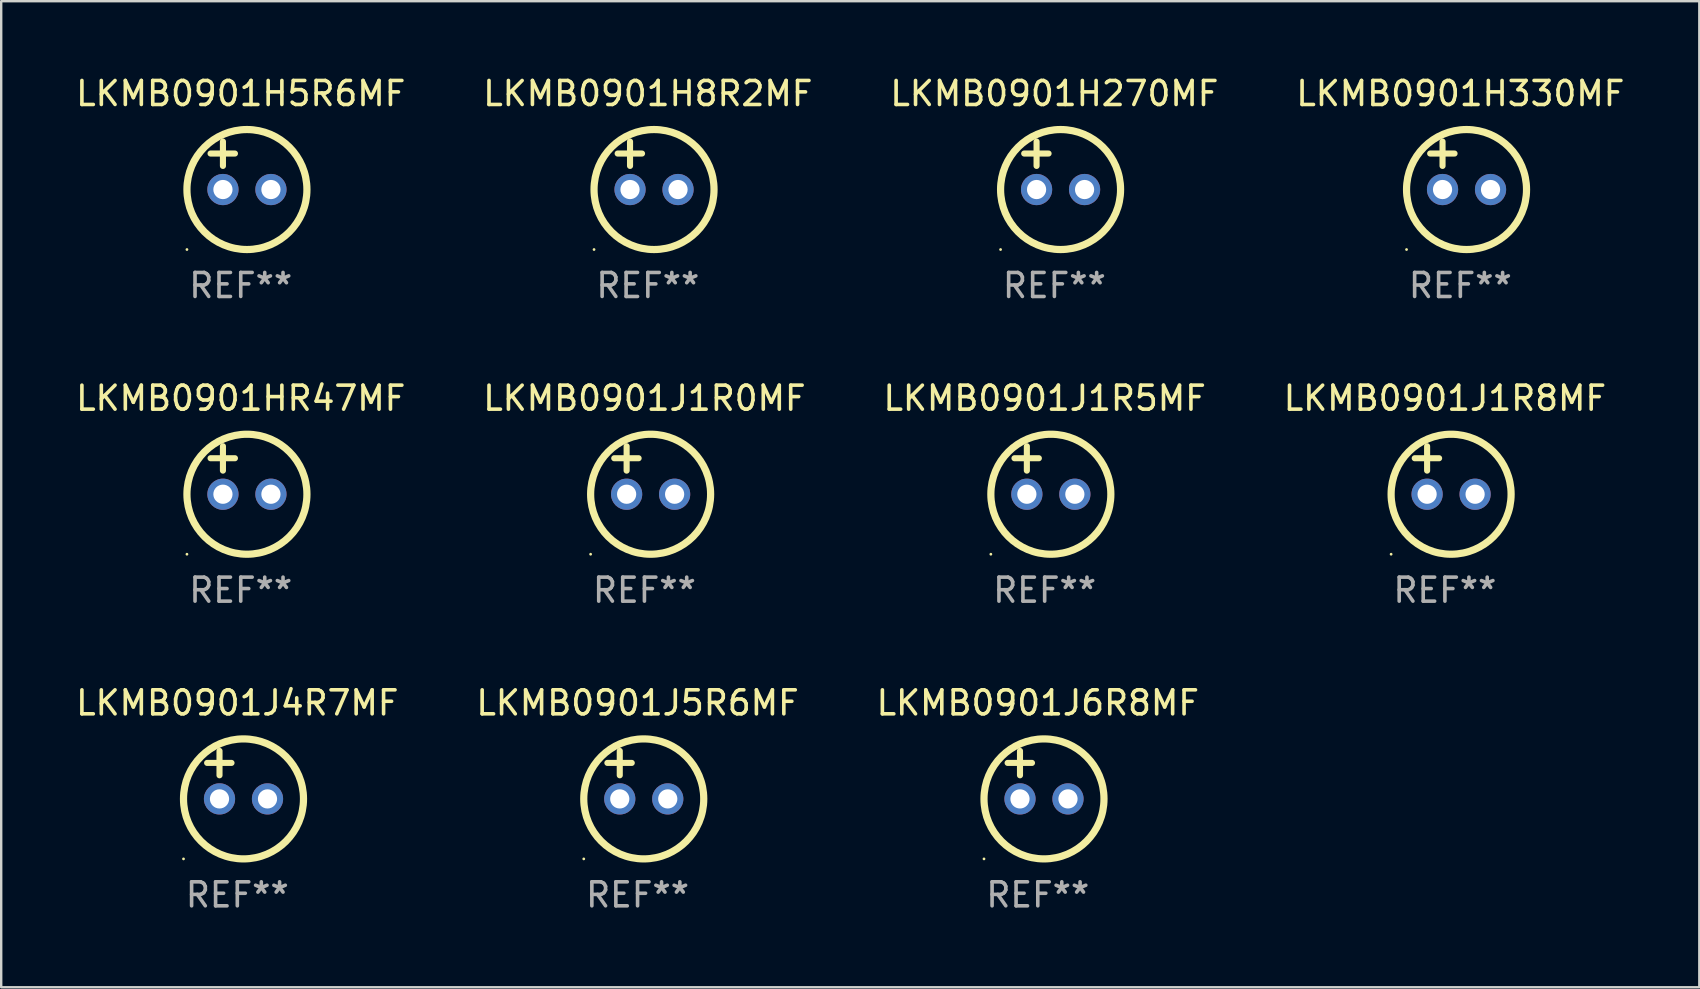
<source format=kicad_pcb>
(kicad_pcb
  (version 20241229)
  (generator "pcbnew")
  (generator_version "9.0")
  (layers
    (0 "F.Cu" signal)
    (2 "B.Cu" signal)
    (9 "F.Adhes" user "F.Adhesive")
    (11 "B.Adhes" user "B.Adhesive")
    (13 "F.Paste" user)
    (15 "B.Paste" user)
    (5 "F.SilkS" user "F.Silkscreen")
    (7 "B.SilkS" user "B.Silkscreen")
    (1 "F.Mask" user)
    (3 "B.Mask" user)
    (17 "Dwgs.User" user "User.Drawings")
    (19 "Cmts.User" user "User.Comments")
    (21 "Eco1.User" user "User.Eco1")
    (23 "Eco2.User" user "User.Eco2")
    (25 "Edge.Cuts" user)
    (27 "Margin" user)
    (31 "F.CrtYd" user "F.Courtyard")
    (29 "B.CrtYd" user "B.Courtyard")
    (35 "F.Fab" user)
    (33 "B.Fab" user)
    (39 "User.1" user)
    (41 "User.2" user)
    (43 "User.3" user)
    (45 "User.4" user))
  (footprint "LKMB0901H270MF"
    (layer "F.Cu")
    (at 40.887 3.848)
    (property "Reference" "LKMB0901H270MF" (at 0 -3 0) (layer "F.SilkS") (effects (font (size 1 1) (thickness 0.15))))
    (attr through_hole)
    (fp_line (start -1.258 -0.5) (end -0.242 -0.5) (stroke (width 0.254) (type solid)) (layer "F.SilkS"))
    (fp_line (start -0.742 -1) (end -0.742 0.016) (stroke (width 0.254) (type solid)) (layer "F.SilkS"))
    (fp_circle (center -2.242 3.5) (end -2.212 3.5) (stroke (width 0.06) (type solid)) (fill no) (layer "F.SilkS"))
    (fp_circle (center 0.258 1) (end 2.758 1) (stroke (width 0.3) (type solid)) (fill no) (layer "F.SilkS"))
    (fp_text user "REF**" (at 0 5 0) (layer "F.Fab") (effects (font (size 1 1) (thickness 0.15))))
    (pad "1" thru_hole circle (at -0.742 1) (size 1.3 1.3) (drill 0.8) (layers "*.Cu" "*.Mask"))
    (pad "2" thru_hole circle (at 1.258 1) (size 1.3 1.3) (drill 0.8) (layers "*.Cu" "*.Mask")))
  (footprint "LKMB0901HR47MF"
    (layer "F.Cu")
    (at 6.982 16.545)
    (property "Reference" "LKMB0901HR47MF" (at 0 -3 0) (layer "F.SilkS") (effects (font (size 1 1) (thickness 0.15))))
    (attr through_hole)
    (fp_line (start -1.258 -0.5) (end -0.242 -0.5) (stroke (width 0.254) (type solid)) (layer "F.SilkS"))
    (fp_line (start -0.742 -1) (end -0.742 0.016) (stroke (width 0.254) (type solid)) (layer "F.SilkS"))
    (fp_circle (center -2.242 3.5) (end -2.212 3.5) (stroke (width 0.06) (type solid)) (fill no) (layer "F.SilkS"))
    (fp_circle (center 0.258 1) (end 2.758 1) (stroke (width 0.3) (type solid)) (fill no) (layer "F.SilkS"))
    (fp_text user "REF**" (at 0 5 0) (layer "F.Fab") (effects (font (size 1 1) (thickness 0.15))))
    (pad "1" thru_hole circle (at -0.742 1) (size 1.3 1.3) (drill 0.8) (layers "*.Cu" "*.Mask"))
    (pad "2" thru_hole circle (at 1.258 1) (size 1.3 1.3) (drill 0.8) (layers "*.Cu" "*.Mask")))
  (footprint "LKMB0901J1R8MF"
    (layer "F.Cu")
    (at 57.161 16.545)
    (property "Reference" "LKMB0901J1R8MF" (at 0 -3 0) (layer "F.SilkS") (effects (font (size 1 1) (thickness 0.15))))
    (attr through_hole)
    (fp_line (start -1.258 -0.5) (end -0.242 -0.5) (stroke (width 0.254) (type solid)) (layer "F.SilkS"))
    (fp_line (start -0.742 -1) (end -0.742 0.016) (stroke (width 0.254) (type solid)) (layer "F.SilkS"))
    (fp_circle (center -2.242 3.5) (end -2.212 3.5) (stroke (width 0.06) (type solid)) (fill no) (layer "F.SilkS"))
    (fp_circle (center 0.258 1) (end 2.758 1) (stroke (width 0.3) (type solid)) (fill no) (layer "F.SilkS"))
    (fp_text user "REF**" (at 0 5 0) (layer "F.Fab") (effects (font (size 1 1) (thickness 0.15))))
    (pad "1" thru_hole circle (at -0.742 1) (size 1.3 1.3) (drill 0.8) (layers "*.Cu" "*.Mask"))
    (pad "2" thru_hole circle (at 1.258 1) (size 1.3 1.3) (drill 0.8) (layers "*.Cu" "*.Mask")))
  (footprint "LKMB0901H5R6MF"
    (layer "F.Cu")
    (at 6.982 3.848)
    (property "Reference" "LKMB0901H5R6MF" (at 0 -3 0) (layer "F.SilkS") (effects (font (size 1 1) (thickness 0.15))))
    (attr through_hole)
    (fp_line (start -1.258 -0.5) (end -0.242 -0.5) (stroke (width 0.254) (type solid)) (layer "F.SilkS"))
    (fp_line (start -0.742 -1) (end -0.742 0.016) (stroke (width 0.254) (type solid)) (layer "F.SilkS"))
    (fp_circle (center -2.242 3.5) (end -2.212 3.5) (stroke (width 0.06) (type solid)) (fill no) (layer "F.SilkS"))
    (fp_circle (center 0.258 1) (end 2.758 1) (stroke (width 0.3) (type solid)) (fill no) (layer "F.SilkS"))
    (fp_text user "REF**" (at 0 5 0) (layer "F.Fab") (effects (font (size 1 1) (thickness 0.15))))
    (pad "1" thru_hole circle (at -0.742 1) (size 1.3 1.3) (drill 0.8) (layers "*.Cu" "*.Mask"))
    (pad "2" thru_hole circle (at 1.258 1) (size 1.3 1.3) (drill 0.8) (layers "*.Cu" "*.Mask")))
  (footprint "LKMB0901H330MF"
    (layer "F.Cu")
    (at 57.804 3.848)
    (property "Reference" "LKMB0901H330MF" (at 0 -3 0) (layer "F.SilkS") (effects (font (size 1 1) (thickness 0.15))))
    (attr through_hole)
    (fp_line (start -1.258 -0.5) (end -0.242 -0.5) (stroke (width 0.254) (type solid)) (layer "F.SilkS"))
    (fp_line (start -0.742 -1) (end -0.742 0.016) (stroke (width 0.254) (type solid)) (layer "F.SilkS"))
    (fp_circle (center -2.242 3.5) (end -2.212 3.5) (stroke (width 0.06) (type solid)) (fill no) (layer "F.SilkS"))
    (fp_circle (center 0.258 1) (end 2.758 1) (stroke (width 0.3) (type solid)) (fill no) (layer "F.SilkS"))
    (fp_text user "REF**" (at 0 5 0) (layer "F.Fab") (effects (font (size 1 1) (thickness 0.15))))
    (pad "1" thru_hole circle (at -0.742 1) (size 1.3 1.3) (drill 0.8) (layers "*.Cu" "*.Mask"))
    (pad "2" thru_hole circle (at 1.258 1) (size 1.3 1.3) (drill 0.8) (layers "*.Cu" "*.Mask")))
  (footprint "LKMB0901J6R8MF"
    (layer "F.Cu")
    (at 40.196 29.241)
    (property "Reference" "LKMB0901J6R8MF" (at 0 -3 0) (layer "F.SilkS") (effects (font (size 1 1) (thickness 0.15))))
    (attr through_hole)
    (fp_line (start -1.258 -0.5) (end -0.242 -0.5) (stroke (width 0.254) (type solid)) (layer "F.SilkS"))
    (fp_line (start -0.742 -1) (end -0.742 0.016) (stroke (width 0.254) (type solid)) (layer "F.SilkS"))
    (fp_circle (center -2.242 3.5) (end -2.212 3.5) (stroke (width 0.06) (type solid)) (fill no) (layer "F.SilkS"))
    (fp_circle (center 0.258 1) (end 2.758 1) (stroke (width 0.3) (type solid)) (fill no) (layer "F.SilkS"))
    (fp_text user "REF**" (at 0 5 0) (layer "F.Fab") (effects (font (size 1 1) (thickness 0.15))))
    (pad "1" thru_hole circle (at -0.742 1) (size 1.3 1.3) (drill 0.8) (layers "*.Cu" "*.Mask"))
    (pad "2" thru_hole circle (at 1.258 1) (size 1.3 1.3) (drill 0.8) (layers "*.Cu" "*.Mask")))
  (footprint "LKMB0901H8R2MF"
    (layer "F.Cu")
    (at 23.946 3.848)
    (property "Reference" "LKMB0901H8R2MF" (at 0 -3 0) (layer "F.SilkS") (effects (font (size 1 1) (thickness 0.15))))
    (attr through_hole)
    (fp_line (start -1.258 -0.5) (end -0.242 -0.5) (stroke (width 0.254) (type solid)) (layer "F.SilkS"))
    (fp_line (start -0.742 -1) (end -0.742 0.016) (stroke (width 0.254) (type solid)) (layer "F.SilkS"))
    (fp_circle (center -2.242 3.5) (end -2.212 3.5) (stroke (width 0.06) (type solid)) (fill no) (layer "F.SilkS"))
    (fp_circle (center 0.258 1) (end 2.758 1) (stroke (width 0.3) (type solid)) (fill no) (layer "F.SilkS"))
    (fp_text user "REF**" (at 0 5 0) (layer "F.Fab") (effects (font (size 1 1) (thickness 0.15))))
    (pad "1" thru_hole circle (at -0.742 1) (size 1.3 1.3) (drill 0.8) (layers "*.Cu" "*.Mask"))
    (pad "2" thru_hole circle (at 1.258 1) (size 1.3 1.3) (drill 0.8) (layers "*.Cu" "*.Mask")))
  (footprint "LKMB0901J1R0MF"
    (layer "F.Cu")
    (at 23.804 16.545)
    (property "Reference" "LKMB0901J1R0MF" (at 0 -3 0) (layer "F.SilkS") (effects (font (size 1 1) (thickness 0.15))))
    (attr through_hole)
    (fp_line (start -1.258 -0.5) (end -0.242 -0.5) (stroke (width 0.254) (type solid)) (layer "F.SilkS"))
    (fp_line (start -0.742 -1) (end -0.742 0.016) (stroke (width 0.254) (type solid)) (layer "F.SilkS"))
    (fp_circle (center -2.242 3.5) (end -2.212 3.5) (stroke (width 0.06) (type solid)) (fill no) (layer "F.SilkS"))
    (fp_circle (center 0.258 1) (end 2.758 1) (stroke (width 0.3) (type solid)) (fill no) (layer "F.SilkS"))
    (fp_text user "REF**" (at 0 5 0) (layer "F.Fab") (effects (font (size 1 1) (thickness 0.15))))
    (pad "1" thru_hole circle (at -0.742 1) (size 1.3 1.3) (drill 0.8) (layers "*.Cu" "*.Mask"))
    (pad "2" thru_hole circle (at 1.258 1) (size 1.3 1.3) (drill 0.8) (layers "*.Cu" "*.Mask")))
  (footprint "LKMB0901J5R6MF"
    (layer "F.Cu")
    (at 23.518 29.241)
    (property "Reference" "LKMB0901J5R6MF" (at 0 -3 0) (layer "F.SilkS") (effects (font (size 1 1) (thickness 0.15))))
    (attr through_hole)
    (fp_line (start -1.258 -0.5) (end -0.242 -0.5) (stroke (width 0.254) (type solid)) (layer "F.SilkS"))
    (fp_line (start -0.742 -1) (end -0.742 0.016) (stroke (width 0.254) (type solid)) (layer "F.SilkS"))
    (fp_circle (center -2.242 3.5) (end -2.212 3.5) (stroke (width 0.06) (type solid)) (fill no) (layer "F.SilkS"))
    (fp_circle (center 0.258 1) (end 2.758 1) (stroke (width 0.3) (type solid)) (fill no) (layer "F.SilkS"))
    (fp_text user "REF**" (at 0 5 0) (layer "F.Fab") (effects (font (size 1 1) (thickness 0.15))))
    (pad "1" thru_hole circle (at -0.742 1) (size 1.3 1.3) (drill 0.8) (layers "*.Cu" "*.Mask"))
    (pad "2" thru_hole circle (at 1.258 1) (size 1.3 1.3) (drill 0.8) (layers "*.Cu" "*.Mask")))
  (footprint "LKMB0901J1R5MF"
    (layer "F.Cu")
    (at 40.482 16.545)
    (property "Reference" "LKMB0901J1R5MF" (at 0 -3 0) (layer "F.SilkS") (effects (font (size 1 1) (thickness 0.15))))
    (attr through_hole)
    (fp_line (start -1.258 -0.5) (end -0.242 -0.5) (stroke (width 0.254) (type solid)) (layer "F.SilkS"))
    (fp_line (start -0.742 -1) (end -0.742 0.016) (stroke (width 0.254) (type solid)) (layer "F.SilkS"))
    (fp_circle (center -2.242 3.5) (end -2.212 3.5) (stroke (width 0.06) (type solid)) (fill no) (layer "F.SilkS"))
    (fp_circle (center 0.258 1) (end 2.758 1) (stroke (width 0.3) (type solid)) (fill no) (layer "F.SilkS"))
    (fp_text user "REF**" (at 0 5 0) (layer "F.Fab") (effects (font (size 1 1) (thickness 0.15))))
    (pad "1" thru_hole circle (at -0.742 1) (size 1.3 1.3) (drill 0.8) (layers "*.Cu" "*.Mask"))
    (pad "2" thru_hole circle (at 1.258 1) (size 1.3 1.3) (drill 0.8) (layers "*.Cu" "*.Mask")))
  (footprint "LKMB0901J4R7MF"
    (layer "F.Cu")
    (at 6.839 29.241)
    (property "Reference" "LKMB0901J4R7MF" (at 0 -3 0) (layer "F.SilkS") (effects (font (size 1 1) (thickness 0.15))))
    (attr through_hole)
    (fp_line (start -1.258 -0.5) (end -0.242 -0.5) (stroke (width 0.254) (type solid)) (layer "F.SilkS"))
    (fp_line (start -0.742 -1) (end -0.742 0.016) (stroke (width 0.254) (type solid)) (layer "F.SilkS"))
    (fp_circle (center -2.242 3.5) (end -2.212 3.5) (stroke (width 0.06) (type solid)) (fill no) (layer "F.SilkS"))
    (fp_circle (center 0.258 1) (end 2.758 1) (stroke (width 0.3) (type solid)) (fill no) (layer "F.SilkS"))
    (fp_text user "REF**" (at 0 5 0) (layer "F.Fab") (effects (font (size 1 1) (thickness 0.15))))
    (pad "1" thru_hole circle (at -0.742 1) (size 1.3 1.3) (drill 0.8) (layers "*.Cu" "*.Mask"))
    (pad "2" thru_hole circle (at 1.258 1) (size 1.3 1.3) (drill 0.8) (layers "*.Cu" "*.Mask")))
  (gr_rect
    (start -3 -3)
    (end 67.762 38.09)
    (stroke (width 0.1) (type default))
    (fill no)
    (layer "Edge.Cuts")))
</source>
